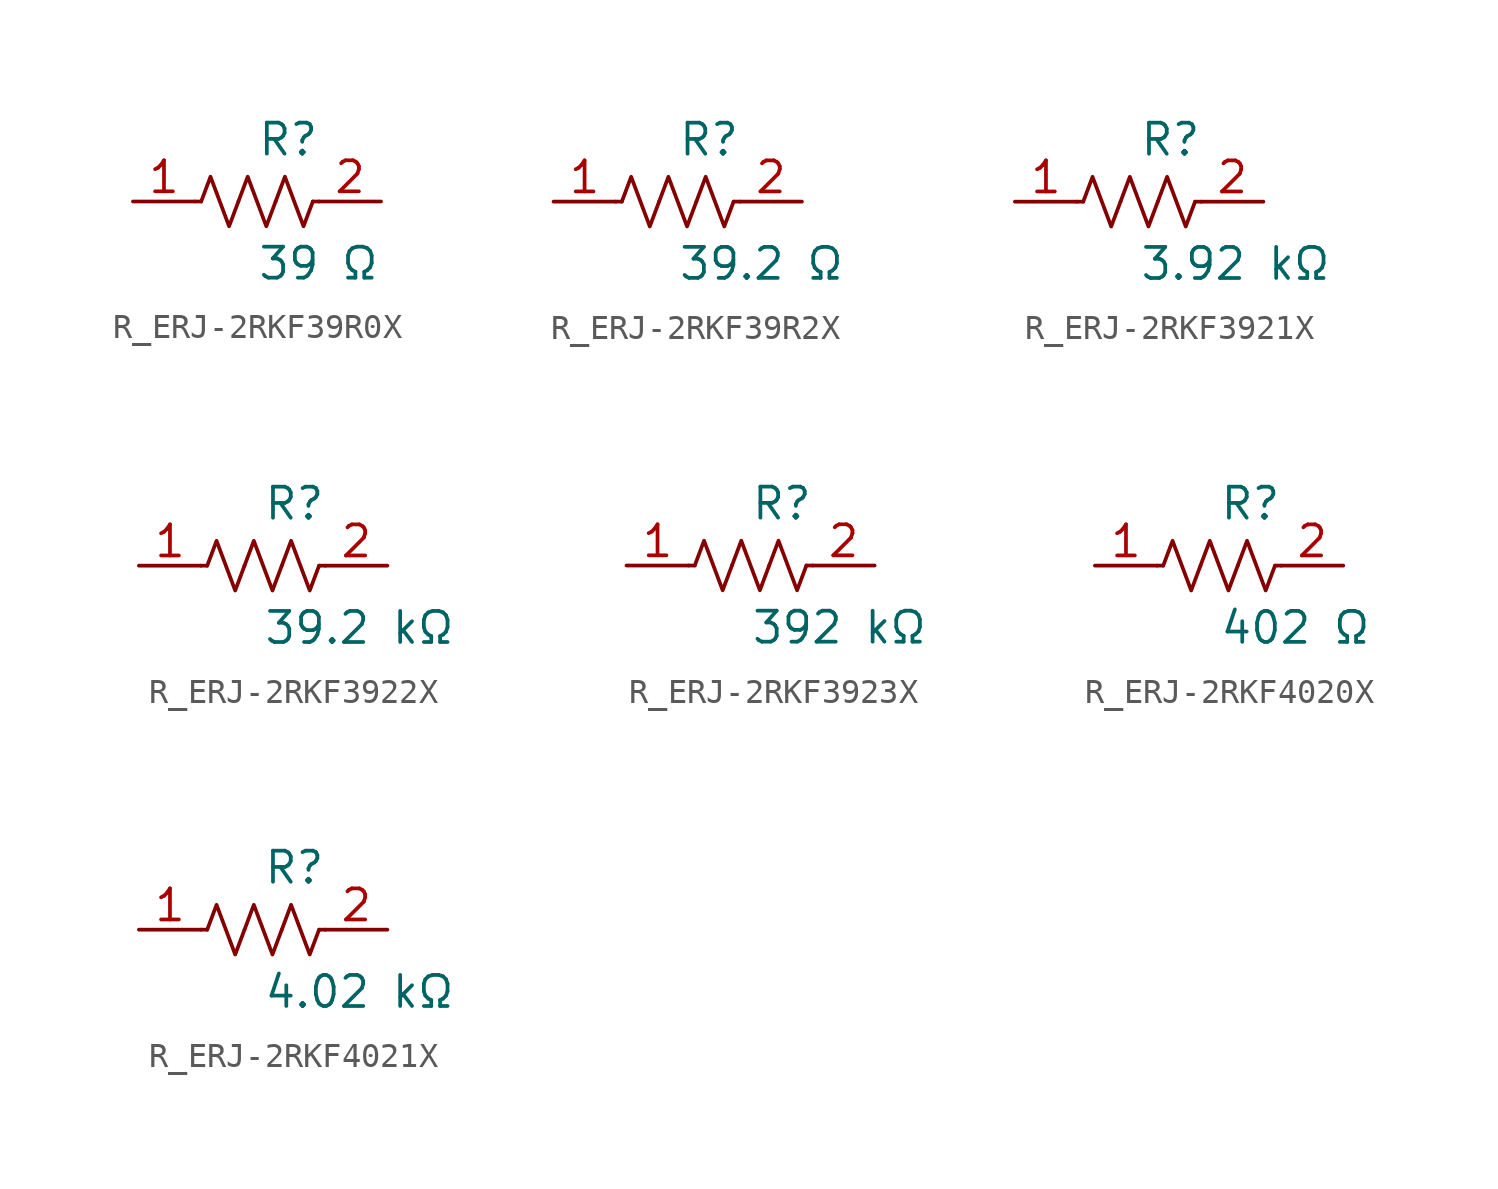
<source format=kicad_sym>
(kicad_symbol_lib
  (version 20231120)
  (generator kicad_symbol_editor)
  (generator_version 8.0)
  (symbol "R_ERJ-2RKF39R0X"
    (pin_names
      (offset 0.254))
    (property "Reference" "R"
      (at 0 2.54 0)
      (effects (font (size 1.27 1.27)) (justify left)))
    (property "Value" "39 Ω"
      (at 0 -2.54 0)
      (effects (font (size 1.27 1.27)) (justify left)))
    (symbol "R_ERJ-2RKF39R0X_0_1"
      (polyline (pts (xy 2.286 0) (xy 2.54 0)) (stroke (width 0) (type default)) (fill (type none)))
      (polyline (pts (xy -2.286 0) (xy -2.54 0)) (stroke (width 0) (type default)) (fill (type none)))
      (polyline (pts (xy 0.762 0) (xy 1.143 1.016) (xy 1.524 0) (xy 1.905 -1.016) (xy 2.286 0)) (stroke (width 0) (type default)) (fill (type none)))
      (polyline (pts (xy -0.762 0) (xy -0.381 1.016) (xy 0 0) (xy 0.381 -1.016) (xy 0.762 0)) (stroke (width 0) (type default)) (fill (type none)))
      (polyline (pts (xy -2.286 0) (xy -1.905 1.016) (xy -1.524 0) (xy -1.143 -1.016) (xy -0.762 0)) (stroke (width 0) (type default)) (fill (type none))))
    (pin passive line
      (at -5.08 0 0)
      (length 2.54)
      (name "" (effects (font (size 1.27 1.27))))
      (number "1" (effects (font (size 1.27 1.27)))))
    (pin passive line
      (at 5.08 0 180)
      (length 2.54)
      (name "" (effects (font (size 1.27 1.27))))
      (number "2" (effects (font (size 1.27 1.27))))))
  (symbol "R_ERJ-2RKF39R2X"
    (pin_names
      (offset 0.254))
    (property "Reference" "R"
      (at 0 2.54 0)
      (effects (font (size 1.27 1.27)) (justify left)))
    (property "Value" "39.2 Ω"
      (at 0 -2.54 0)
      (effects (font (size 1.27 1.27)) (justify left)))
    (symbol "R_ERJ-2RKF39R2X_0_1"
      (polyline (pts (xy 2.286 0) (xy 2.54 0)) (stroke (width 0) (type default)) (fill (type none)))
      (polyline (pts (xy -2.286 0) (xy -2.54 0)) (stroke (width 0) (type default)) (fill (type none)))
      (polyline (pts (xy 0.762 0) (xy 1.143 1.016) (xy 1.524 0) (xy 1.905 -1.016) (xy 2.286 0)) (stroke (width 0) (type default)) (fill (type none)))
      (polyline (pts (xy -0.762 0) (xy -0.381 1.016) (xy 0 0) (xy 0.381 -1.016) (xy 0.762 0)) (stroke (width 0) (type default)) (fill (type none)))
      (polyline (pts (xy -2.286 0) (xy -1.905 1.016) (xy -1.524 0) (xy -1.143 -1.016) (xy -0.762 0)) (stroke (width 0) (type default)) (fill (type none))))
    (pin passive line
      (at -5.08 0 0)
      (length 2.54)
      (name "" (effects (font (size 1.27 1.27))))
      (number "1" (effects (font (size 1.27 1.27)))))
    (pin passive line
      (at 5.08 0 180)
      (length 2.54)
      (name "" (effects (font (size 1.27 1.27))))
      (number "2" (effects (font (size 1.27 1.27))))))
  (symbol "R_ERJ-2RKF3921X"
    (pin_names
      (offset 0.254))
    (property "Reference" "R"
      (at 0 2.54 0)
      (effects (font (size 1.27 1.27)) (justify left)))
    (property "Value" "3.92 kΩ"
      (at 0 -2.54 0)
      (effects (font (size 1.27 1.27)) (justify left)))
    (symbol "R_ERJ-2RKF3921X_0_1"
      (polyline (pts (xy 2.286 0) (xy 2.54 0)) (stroke (width 0) (type default)) (fill (type none)))
      (polyline (pts (xy -2.286 0) (xy -2.54 0)) (stroke (width 0) (type default)) (fill (type none)))
      (polyline (pts (xy 0.762 0) (xy 1.143 1.016) (xy 1.524 0) (xy 1.905 -1.016) (xy 2.286 0)) (stroke (width 0) (type default)) (fill (type none)))
      (polyline (pts (xy -0.762 0) (xy -0.381 1.016) (xy 0 0) (xy 0.381 -1.016) (xy 0.762 0)) (stroke (width 0) (type default)) (fill (type none)))
      (polyline (pts (xy -2.286 0) (xy -1.905 1.016) (xy -1.524 0) (xy -1.143 -1.016) (xy -0.762 0)) (stroke (width 0) (type default)) (fill (type none))))
    (pin passive line
      (at -5.08 0 0)
      (length 2.54)
      (name "" (effects (font (size 1.27 1.27))))
      (number "1" (effects (font (size 1.27 1.27)))))
    (pin passive line
      (at 5.08 0 180)
      (length 2.54)
      (name "" (effects (font (size 1.27 1.27))))
      (number "2" (effects (font (size 1.27 1.27))))))
  (symbol "R_ERJ-2RKF3922X"
    (pin_names
      (offset 0.254))
    (property "Reference" "R"
      (at 0 2.54 0)
      (effects (font (size 1.27 1.27)) (justify left)))
    (property "Value" "39.2 kΩ"
      (at 0 -2.54 0)
      (effects (font (size 1.27 1.27)) (justify left)))
    (symbol "R_ERJ-2RKF3922X_0_1"
      (polyline (pts (xy 2.286 0) (xy 2.54 0)) (stroke (width 0) (type default)) (fill (type none)))
      (polyline (pts (xy -2.286 0) (xy -2.54 0)) (stroke (width 0) (type default)) (fill (type none)))
      (polyline (pts (xy 0.762 0) (xy 1.143 1.016) (xy 1.524 0) (xy 1.905 -1.016) (xy 2.286 0)) (stroke (width 0) (type default)) (fill (type none)))
      (polyline (pts (xy -0.762 0) (xy -0.381 1.016) (xy 0 0) (xy 0.381 -1.016) (xy 0.762 0)) (stroke (width 0) (type default)) (fill (type none)))
      (polyline (pts (xy -2.286 0) (xy -1.905 1.016) (xy -1.524 0) (xy -1.143 -1.016) (xy -0.762 0)) (stroke (width 0) (type default)) (fill (type none))))
    (pin passive line
      (at -5.08 0 0)
      (length 2.54)
      (name "" (effects (font (size 1.27 1.27))))
      (number "1" (effects (font (size 1.27 1.27)))))
    (pin passive line
      (at 5.08 0 180)
      (length 2.54)
      (name "" (effects (font (size 1.27 1.27))))
      (number "2" (effects (font (size 1.27 1.27))))))
  (symbol "R_ERJ-2RKF3923X"
    (pin_names
      (offset 0.254))
    (property "Reference" "R"
      (at 0 2.54 0)
      (effects (font (size 1.27 1.27)) (justify left)))
    (property "Value" "392 kΩ"
      (at 0 -2.54 0)
      (effects (font (size 1.27 1.27)) (justify left)))
    (symbol "R_ERJ-2RKF3923X_0_1"
      (polyline (pts (xy 2.286 0) (xy 2.54 0)) (stroke (width 0) (type default)) (fill (type none)))
      (polyline (pts (xy -2.286 0) (xy -2.54 0)) (stroke (width 0) (type default)) (fill (type none)))
      (polyline (pts (xy 0.762 0) (xy 1.143 1.016) (xy 1.524 0) (xy 1.905 -1.016) (xy 2.286 0)) (stroke (width 0) (type default)) (fill (type none)))
      (polyline (pts (xy -0.762 0) (xy -0.381 1.016) (xy 0 0) (xy 0.381 -1.016) (xy 0.762 0)) (stroke (width 0) (type default)) (fill (type none)))
      (polyline (pts (xy -2.286 0) (xy -1.905 1.016) (xy -1.524 0) (xy -1.143 -1.016) (xy -0.762 0)) (stroke (width 0) (type default)) (fill (type none))))
    (pin passive line
      (at -5.08 0 0)
      (length 2.54)
      (name "" (effects (font (size 1.27 1.27))))
      (number "1" (effects (font (size 1.27 1.27)))))
    (pin passive line
      (at 5.08 0 180)
      (length 2.54)
      (name "" (effects (font (size 1.27 1.27))))
      (number "2" (effects (font (size 1.27 1.27))))))
  (symbol "R_ERJ-2RKF4020X"
    (pin_names
      (offset 0.254))
    (property "Reference" "R"
      (at 0 2.54 0)
      (effects (font (size 1.27 1.27)) (justify left)))
    (property "Value" "402 Ω"
      (at 0 -2.54 0)
      (effects (font (size 1.27 1.27)) (justify left)))
    (symbol "R_ERJ-2RKF4020X_0_1"
      (polyline (pts (xy 2.286 0) (xy 2.54 0)) (stroke (width 0) (type default)) (fill (type none)))
      (polyline (pts (xy -2.286 0) (xy -2.54 0)) (stroke (width 0) (type default)) (fill (type none)))
      (polyline (pts (xy 0.762 0) (xy 1.143 1.016) (xy 1.524 0) (xy 1.905 -1.016) (xy 2.286 0)) (stroke (width 0) (type default)) (fill (type none)))
      (polyline (pts (xy -0.762 0) (xy -0.381 1.016) (xy 0 0) (xy 0.381 -1.016) (xy 0.762 0)) (stroke (width 0) (type default)) (fill (type none)))
      (polyline (pts (xy -2.286 0) (xy -1.905 1.016) (xy -1.524 0) (xy -1.143 -1.016) (xy -0.762 0)) (stroke (width 0) (type default)) (fill (type none))))
    (pin passive line
      (at -5.08 0 0)
      (length 2.54)
      (name "" (effects (font (size 1.27 1.27))))
      (number "1" (effects (font (size 1.27 1.27)))))
    (pin passive line
      (at 5.08 0 180)
      (length 2.54)
      (name "" (effects (font (size 1.27 1.27))))
      (number "2" (effects (font (size 1.27 1.27))))))
  (symbol "R_ERJ-2RKF4021X"
    (pin_names
      (offset 0.254))
    (property "Reference" "R"
      (at 0 2.54 0)
      (effects (font (size 1.27 1.27)) (justify left)))
    (property "Value" "4.02 kΩ"
      (at 0 -2.54 0)
      (effects (font (size 1.27 1.27)) (justify left)))
    (symbol "R_ERJ-2RKF4021X_0_1"
      (polyline (pts (xy 2.286 0) (xy 2.54 0)) (stroke (width 0) (type default)) (fill (type none)))
      (polyline (pts (xy -2.286 0) (xy -2.54 0)) (stroke (width 0) (type default)) (fill (type none)))
      (polyline (pts (xy 0.762 0) (xy 1.143 1.016) (xy 1.524 0) (xy 1.905 -1.016) (xy 2.286 0)) (stroke (width 0) (type default)) (fill (type none)))
      (polyline (pts (xy -0.762 0) (xy -0.381 1.016) (xy 0 0) (xy 0.381 -1.016) (xy 0.762 0)) (stroke (width 0) (type default)) (fill (type none)))
      (polyline (pts (xy -2.286 0) (xy -1.905 1.016) (xy -1.524 0) (xy -1.143 -1.016) (xy -0.762 0)) (stroke (width 0) (type default)) (fill (type none))))
    (pin passive line
      (at -5.08 0 0)
      (length 2.54)
      (name "" (effects (font (size 1.27 1.27))))
      (number "1" (effects (font (size 1.27 1.27)))))
    (pin passive line
      (at 5.08 0 180)
      (length 2.54)
      (name "" (effects (font (size 1.27 1.27))))
      (number "2" (effects (font (size 1.27 1.27)))))))
</source>
